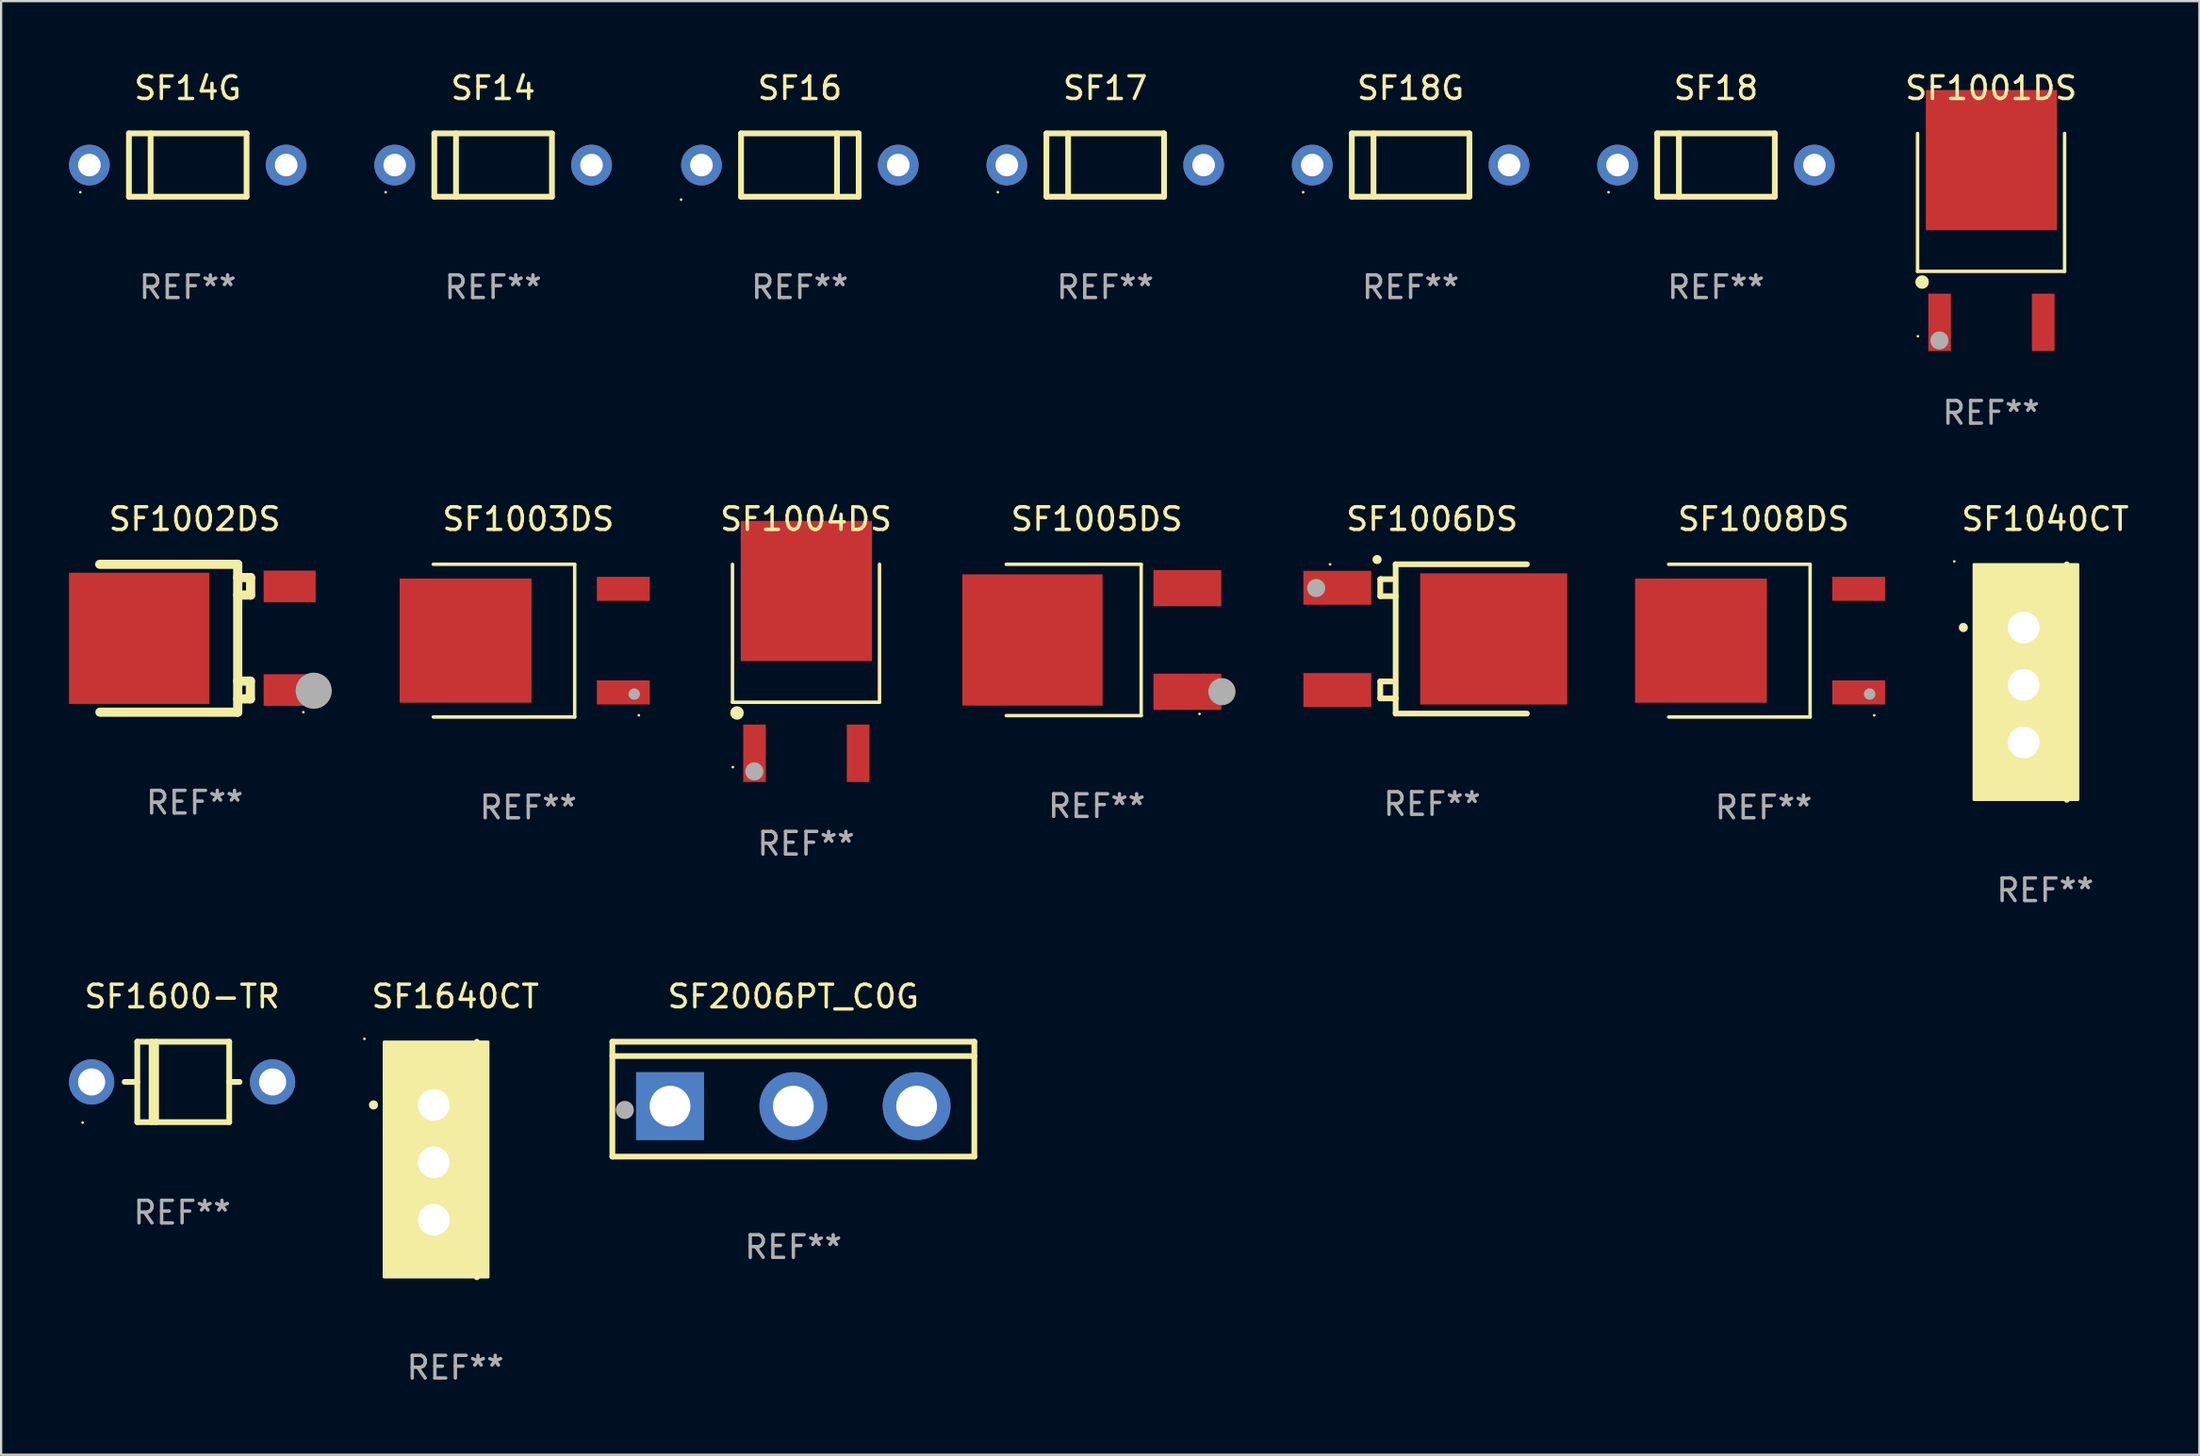
<source format=kicad_pcb>
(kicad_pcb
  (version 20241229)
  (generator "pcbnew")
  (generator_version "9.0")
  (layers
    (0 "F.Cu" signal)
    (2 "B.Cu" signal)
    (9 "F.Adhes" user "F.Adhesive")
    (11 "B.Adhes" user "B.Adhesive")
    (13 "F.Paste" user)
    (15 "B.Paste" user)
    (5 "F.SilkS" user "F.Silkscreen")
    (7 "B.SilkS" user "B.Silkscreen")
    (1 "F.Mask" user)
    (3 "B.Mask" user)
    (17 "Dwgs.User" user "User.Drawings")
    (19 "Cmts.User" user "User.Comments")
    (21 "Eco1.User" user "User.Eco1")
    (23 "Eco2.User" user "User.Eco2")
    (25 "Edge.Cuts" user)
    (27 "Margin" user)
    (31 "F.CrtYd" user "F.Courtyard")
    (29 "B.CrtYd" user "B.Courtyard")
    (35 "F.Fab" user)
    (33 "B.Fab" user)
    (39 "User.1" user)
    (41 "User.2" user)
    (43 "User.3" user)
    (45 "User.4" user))
  (footprint "SF1040CT"
    (layer "F.Cu")
    (at 87.364 27.108)
    (property "Reference" "SF1040CT" (at 0 -7.207 0) (layer "F.SilkS") (effects (font (size 1 1) (thickness 0.15))))
    (attr through_hole)
    (fp_line (start 0.953 5.207) (end 0.953 -5.207) (stroke (width 0.254) (type solid)) (layer "F.SilkS"))
    (fp_arc (start -3.619507 -2.410465) (mid -3.619511 -2.411735) (end -3.619507 -2.413005) (stroke (width 0.4) (type solid)) (layer "F.SilkS"))
    (fp_circle (center -4.02 -5.334) (end -3.99 -5.334) (stroke (width 0.06) (type solid)) (fill no) (layer "F.SilkS"))
    (fp_poly (pts (xy -3.152 -5.2) (xy 1.448 -5.2) (xy 1.448 5.2) (xy -3.152 5.2)) (stroke (width 0.12) (type solid)) (fill yes) (layer "F.SilkS"))
    (fp_text user "REF**" (at 0 9.207 0) (layer "F.Fab") (effects (font (size 1 1) (thickness 0.15))))
    (pad "1" thru_hole rect (at -0.953 -2.413 270) (size 2 2.5) (drill 1.4) (layers "*.Cu" "*.Mask"))
    (pad "2" thru_hole oval (at -0.953 0.127 270) (size 2 2.5) (drill 1.4) (layers "*.Cu" "*.Mask"))
    (pad "3" thru_hole oval (at -0.953 2.667 270) (size 2 2.5) (drill 1.4) (layers "*.Cu" "*.Mask")))
  (footprint "SF1004DS"
    (layer "F.Cu")
    (at 32.581 26.079)
    (property "Reference" "SF1004DS" (at 0 -6.178 0) (layer "F.SilkS") (effects (font (size 1 1) (thickness 0.15))))
    (attr through_hole)
    (fp_line (start -3.25 1.922) (end -3.25 -4.178) (stroke (width 0.152) (type solid)) (layer "F.SilkS"))
    (fp_line (start 3.25 -4.178) (end 3.25 1.922) (stroke (width 0.152) (type solid)) (layer "F.SilkS"))
    (fp_line (start 3.25 1.922) (end -3.25 1.922) (stroke (width 0.152) (type solid)) (layer "F.SilkS"))
    (fp_circle (center -3.235 4.79) (end -3.205 4.79) (stroke (width 0.06) (type solid)) (fill no) (layer "F.SilkS"))
    (fp_circle (center -3.05 2.396) (end -2.9 2.396) (stroke (width 0.3) (type solid)) (fill no) (layer "F.SilkS"))
    (fp_circle (center -2.285 4.978) (end -2.085 4.978) (stroke (width 0.4) (type solid)) (fill no) (layer "F.Fab"))
    (fp_text user "REF**" (at 0 8.178 0) (layer "F.Fab") (effects (font (size 1 1) (thickness 0.15))))
    (pad "1" smd rect (at -2.275 4.178) (size 1 2.54) (layers "F.Cu" "F.Mask" "F.Paste"))
    (pad "2" smd rect (at 0.015 -2.996) (size 5.8 6.2) (layers "F.Cu" "F.Mask" "F.Paste"))
    (pad "3" smd rect (at 2.305 4.178) (size 1 2.54) (layers "F.Cu" "F.Mask" "F.Paste")))
  (footprint "SF1001DS"
    (layer "F.Cu")
    (at 84.971 7.026)
    (property "Reference" "SF1001DS" (at 0 -6.178 0) (layer "F.SilkS") (effects (font (size 1 1) (thickness 0.15))))
    (attr through_hole)
    (fp_line (start -3.25 1.922) (end -3.25 -4.178) (stroke (width 0.152) (type solid)) (layer "F.SilkS"))
    (fp_line (start 3.25 -4.178) (end 3.25 1.922) (stroke (width 0.152) (type solid)) (layer "F.SilkS"))
    (fp_line (start 3.25 1.922) (end -3.25 1.922) (stroke (width 0.152) (type solid)) (layer "F.SilkS"))
    (fp_circle (center -3.235 4.79) (end -3.205 4.79) (stroke (width 0.06) (type solid)) (fill no) (layer "F.SilkS"))
    (fp_circle (center -3.05 2.396) (end -2.9 2.396) (stroke (width 0.3) (type solid)) (fill no) (layer "F.SilkS"))
    (fp_circle (center -2.285 4.978) (end -2.085 4.978) (stroke (width 0.4) (type solid)) (fill no) (layer "F.Fab"))
    (fp_text user "REF**" (at 0 8.178 0) (layer "F.Fab") (effects (font (size 1 1) (thickness 0.15))))
    (pad "1" smd rect (at -2.275 4.178) (size 1 2.54) (layers "F.Cu" "F.Mask" "F.Paste"))
    (pad "2" smd rect (at 0.015 -2.996) (size 5.8 6.2) (layers "F.Cu" "F.Mask" "F.Paste"))
    (pad "3" smd rect (at 2.305 4.178) (size 1 2.54) (layers "F.Cu" "F.Mask" "F.Paste")))
  (footprint "SF1005DS"
    (layer "F.Cu")
    (at 45.436 25.247)
    (property "Reference" "SF1005DS" (at 0 -5.346 0) (layer "F.SilkS") (effects (font (size 1 1) (thickness 0.15))))
    (attr through_hole)
    (fp_line (start -4.004 -3.346) (end 1.963 -3.346) (stroke (width 0.152) (type solid)) (layer "F.SilkS"))
    (fp_line (start -4.004 3.346) (end 1.963 3.346) (stroke (width 0.152) (type solid)) (layer "F.SilkS"))
    (fp_line (start 1.963 3.346) (end 1.963 -3.346) (stroke (width 0.152) (type solid)) (layer "F.SilkS"))
    (fp_circle (center 4.542 3.27) (end 4.572 3.27) (stroke (width 0.06) (type solid)) (fill no) (layer "F.SilkS"))
    (fp_circle (center 5.533 2.286) (end 5.833 2.286) (stroke (width 0.6) (type solid)) (fill no) (layer "F.Fab"))
    (fp_text user "REF**" (at 0 7.346 0) (layer "F.Fab") (effects (font (size 1 1) (thickness 0.15))))
    (pad "1" smd rect (at 4.004 2.29) (size 3 1.6) (layers "F.Cu" "F.Mask" "F.Paste"))
    (pad "2" smd rect (at -2.844 0) (size 6.2 5.8) (layers "F.Cu" "F.Mask" "F.Paste"))
    (pad "3" smd rect (at 4.004 -2.29) (size 3 1.6) (layers "F.Cu" "F.Mask" "F.Paste")))
  (footprint "SF17"
    (layer "F.Cu")
    (at 45.81 4.248)
    (property "Reference" "SF17" (at 0 -3.4 0) (layer "F.SilkS") (effects (font (size 1 1) (thickness 0.15))))
    (attr through_hole)
    (fp_line (start -2.6 -1.4) (end -2.6 1.4) (stroke (width 0.254) (type solid)) (layer "F.SilkS"))
    (fp_line (start -2.6 -1.4) (end 2.6 -1.4) (stroke (width 0.254) (type solid)) (layer "F.SilkS"))
    (fp_line (start -2.6 1.4) (end 2.6 1.4) (stroke (width 0.254) (type solid)) (layer "F.SilkS"))
    (fp_line (start -1.641 -1.4) (end -1.641 1.4) (stroke (width 0.254) (type solid)) (layer "F.SilkS"))
    (fp_line (start 2.6 -1.4) (end 2.6 1.4) (stroke (width 0.254) (type solid)) (layer "F.SilkS"))
    (fp_circle (center -4.75 1.2) (end -4.72 1.2) (stroke (width 0.06) (type solid)) (fill no) (layer "F.SilkS"))
    (fp_text user "REF**" (at 0 5.4 0) (layer "F.Fab") (effects (font (size 1 1) (thickness 0.15))))
    (pad "1" thru_hole circle (at -4.35 0) (size 1.8 1.8) (drill 1) (layers "*.Cu" "*.Mask"))
    (pad "2" thru_hole circle (at 4.35 0) (size 1.8 1.8) (drill 1) (layers "*.Cu" "*.Mask")))
  (footprint "SF1002DS"
    (layer "F.Cu")
    (at 5.557 25.171)
    (property "Reference" "SF1002DS" (at 0 -5.27 0) (layer "F.SilkS") (effects (font (size 1 1) (thickness 0.15))))
    (attr through_hole)
    (fp_line (start -4.198 -3.27) (end 1.902 -3.27) (stroke (width 0.405) (type solid)) (layer "F.SilkS"))
    (fp_line (start 1.902 -3.27) (end 1.902 3.27) (stroke (width 0.405) (type solid)) (layer "F.SilkS"))
    (fp_line (start 1.902 -2.684) (end 2.472 -2.684) (stroke (width 0.405) (type solid)) (layer "F.SilkS"))
    (fp_line (start 1.902 1.895) (end 2.462 1.895) (stroke (width 0.405) (type solid)) (layer "F.SilkS"))
    (fp_line (start 1.902 3.27) (end -4.188 3.27) (stroke (width 0.405) (type solid)) (layer "F.SilkS"))
    (fp_line (start 2.462 1.895) (end 2.462 2.68) (stroke (width 0.405) (type solid)) (layer "F.SilkS"))
    (fp_line (start 2.462 2.68) (end 1.902 2.68) (stroke (width 0.405) (type solid)) (layer "F.SilkS"))
    (fp_line (start 2.472 -2.684) (end 2.472 -1.91) (stroke (width 0.405) (type solid)) (layer "F.SilkS"))
    (fp_line (start 2.472 -1.91) (end 1.902 -1.91) (stroke (width 0.405) (type solid)) (layer "F.SilkS"))
    (fp_circle (center 4.803 3.27) (end 4.833 3.27) (stroke (width 0.06) (type solid)) (fill no) (layer "F.SilkS"))
    (fp_circle (center 5.262 2.32) (end 5.662 2.32) (stroke (width 0.8) (type solid)) (fill no) (layer "F.Fab"))
    (fp_text user "REF**" (at 0 7.27 0) (layer "F.Fab") (effects (font (size 1 1) (thickness 0.15))))
    (pad "1" smd rect (at 4.198 2.29) (size 2.3 1.4) (layers "F.Cu" "F.Mask" "F.Paste"))
    (pad "2" smd rect (at -2.457 0.004) (size 6.2 5.8) (layers "F.Cu" "F.Mask" "F.Paste"))
    (pad "3" smd rect (at 4.198 -2.29) (size 2.3 1.4) (layers "F.Cu" "F.Mask" "F.Paste")))
  (footprint "SF14"
    (layer "F.Cu")
    (at 18.75 4.248)
    (property "Reference" "SF14" (at 0 -3.4 0) (layer "F.SilkS") (effects (font (size 1 1) (thickness 0.15))))
    (attr through_hole)
    (fp_line (start -2.6 -1.4) (end -2.6 1.4) (stroke (width 0.254) (type solid)) (layer "F.SilkS"))
    (fp_line (start -2.6 -1.4) (end 2.6 -1.4) (stroke (width 0.254) (type solid)) (layer "F.SilkS"))
    (fp_line (start -2.6 1.4) (end 2.6 1.4) (stroke (width 0.254) (type solid)) (layer "F.SilkS"))
    (fp_line (start -1.641 -1.4) (end -1.641 1.4) (stroke (width 0.254) (type solid)) (layer "F.SilkS"))
    (fp_line (start 2.6 -1.4) (end 2.6 1.4) (stroke (width 0.254) (type solid)) (layer "F.SilkS"))
    (fp_circle (center -4.75 1.2) (end -4.72 1.2) (stroke (width 0.06) (type solid)) (fill no) (layer "F.SilkS"))
    (fp_text user "REF**" (at 0 5.4 0) (layer "F.Fab") (effects (font (size 1 1) (thickness 0.15))))
    (pad "1" thru_hole circle (at -4.35 0) (size 1.8 1.8) (drill 1) (layers "*.Cu" "*.Mask"))
    (pad "2" thru_hole circle (at 4.35 0) (size 1.8 1.8) (drill 1) (layers "*.Cu" "*.Mask")))
  (footprint "SF1640CT"
    (layer "F.Cu")
    (at 17.08 48.218)
    (property "Reference" "SF1640CT" (at 0 -7.207 0) (layer "F.SilkS") (effects (font (size 1 1) (thickness 0.15))))
    (attr through_hole)
    (fp_line (start 0.953 5.207) (end 0.953 -5.207) (stroke (width 0.254) (type solid)) (layer "F.SilkS"))
    (fp_arc (start -3.619507 -2.410465) (mid -3.619511 -2.411735) (end -3.619507 -2.413005) (stroke (width 0.4) (type solid)) (layer "F.SilkS"))
    (fp_circle (center -4.02 -5.334) (end -3.99 -5.334) (stroke (width 0.06) (type solid)) (fill no) (layer "F.SilkS"))
    (fp_poly (pts (xy -3.152 -5.2) (xy 1.448 -5.2) (xy 1.448 5.2) (xy -3.152 5.2)) (stroke (width 0.12) (type solid)) (fill yes) (layer "F.SilkS"))
    (fp_text user "REF**" (at 0 9.207 0) (layer "F.Fab") (effects (font (size 1 1) (thickness 0.15))))
    (pad "1" thru_hole rect (at -0.953 -2.413 270) (size 2 2.5) (drill 1.4) (layers "*.Cu" "*.Mask"))
    (pad "2" thru_hole oval (at -0.953 0.127 270) (size 2 2.5) (drill 1.4) (layers "*.Cu" "*.Mask"))
    (pad "3" thru_hole oval (at -0.953 2.667 270) (size 2 2.5) (drill 1.4) (layers "*.Cu" "*.Mask")))
  (footprint "SF1003DS"
    (layer "F.Cu")
    (at 20.303 25.277)
    (property "Reference" "SF1003DS" (at 0 -5.376 0) (layer "F.SilkS") (effects (font (size 1 1) (thickness 0.15))))
    (attr through_hole)
    (fp_line (start -4.2 -3.376) (end 2.053 -3.376) (stroke (width 0.152) (type solid)) (layer "F.SilkS"))
    (fp_line (start -4.2 3.376) (end 2.053 3.376) (stroke (width 0.152) (type solid)) (layer "F.SilkS"))
    (fp_line (start 2.053 3.376) (end 2.053 -3.376) (stroke (width 0.152) (type solid)) (layer "F.SilkS"))
    (fp_circle (center 4.889 3.3) (end 4.919 3.3) (stroke (width 0.06) (type solid)) (fill no) (layer "F.SilkS"))
    (fp_circle (center 4.686 2.362) (end 4.813 2.362) (stroke (width 0.254) (type solid)) (fill no) (layer "F.Fab"))
    (fp_text user "REF**" (at 0 7.376 0) (layer "F.Fab") (effects (font (size 1 1) (thickness 0.15))))
    (pad "1" smd rect (at 4.2 2.29) (size 2.336 1.064) (layers "F.Cu" "F.Mask" "F.Paste"))
    (pad "3" smd rect (at 4.2 -2.29) (size 2.336 1.064) (layers "F.Cu" "F.Mask" "F.Paste"))
    (pad "4" smd rect (at -2.771 0) (size 5.826 5.491) (layers "F.Cu" "F.Mask" "F.Paste")))
  (footprint "SF14G"
    (layer "F.Cu")
    (at 5.25 4.248)
    (property "Reference" "SF14G" (at 0 -3.4 0) (layer "F.SilkS") (effects (font (size 1 1) (thickness 0.15))))
    (attr through_hole)
    (fp_line (start -2.6 -1.4) (end -2.6 1.4) (stroke (width 0.254) (type solid)) (layer "F.SilkS"))
    (fp_line (start -2.6 -1.4) (end 2.6 -1.4) (stroke (width 0.254) (type solid)) (layer "F.SilkS"))
    (fp_line (start -2.6 1.4) (end 2.6 1.4) (stroke (width 0.254) (type solid)) (layer "F.SilkS"))
    (fp_line (start -1.641 -1.4) (end -1.641 1.4) (stroke (width 0.254) (type solid)) (layer "F.SilkS"))
    (fp_line (start 2.6 -1.4) (end 2.6 1.4) (stroke (width 0.254) (type solid)) (layer "F.SilkS"))
    (fp_circle (center -4.75 1.2) (end -4.72 1.2) (stroke (width 0.06) (type solid)) (fill no) (layer "F.SilkS"))
    (fp_text user "REF**" (at 0 5.4 0) (layer "F.Fab") (effects (font (size 1 1) (thickness 0.15))))
    (pad "1" thru_hole circle (at -4.35 0) (size 1.8 1.8) (drill 1) (layers "*.Cu" "*.Mask"))
    (pad "2" thru_hole circle (at 4.35 0) (size 1.8 1.8) (drill 1) (layers "*.Cu" "*.Mask")))
  (footprint "SF1006DS"
    (layer "F.Cu")
    (at 60.259 25.201)
    (property "Reference" "SF1006DS" (at 0 -5.3 0) (layer "F.SilkS") (effects (font (size 1 1) (thickness 0.15))))
    (attr through_hole)
    (fp_line (start -2.29 -2.64) (end -2.29 -1.89) (stroke (width 0.254) (type solid)) (layer "F.SilkS"))
    (fp_line (start -2.29 -1.89) (end -1.61 -1.89) (stroke (width 0.254) (type solid)) (layer "F.SilkS"))
    (fp_line (start -2.29 1.88) (end -2.29 2.63) (stroke (width 0.254) (type solid)) (layer "F.SilkS"))
    (fp_line (start -2.29 2.63) (end -1.61 2.63) (stroke (width 0.254) (type solid)) (layer "F.SilkS"))
    (fp_line (start -2.25 -2.64) (end -2.29 -2.64) (stroke (width 0.254) (type solid)) (layer "F.SilkS"))
    (fp_line (start -2.25 1.88) (end -2.29 1.88) (stroke (width 0.254) (type solid)) (layer "F.SilkS"))
    (fp_line (start -1.79 -2.64) (end -2.25 -2.64) (stroke (width 0.254) (type solid)) (layer "F.SilkS"))
    (fp_line (start -1.79 1.88) (end -2.25 1.88) (stroke (width 0.254) (type solid)) (layer "F.SilkS"))
    (fp_line (start -1.61 -3.3) (end -1.61 3.3) (stroke (width 0.254) (type solid)) (layer "F.SilkS"))
    (fp_line (start -1.61 -1.89) (end -1.61 -1.909) (stroke (width 0.254) (type solid)) (layer "F.SilkS"))
    (fp_line (start -1.61 3.3) (end 4.19 3.3) (stroke (width 0.254) (type solid)) (layer "F.SilkS"))
    (fp_line (start -1.61 2.63) (end -1.61 2.611) (stroke (width 0.254) (type solid)) (layer "F.SilkS"))
    (fp_line (start 4.19 -3.3) (end -1.61 -3.3) (stroke (width 0.254) (type solid)) (layer "F.SilkS"))
    (fp_arc (start -2.432614 -3.510008) (mid -2.431344 -3.510012) (end -2.430074 -3.510008) (stroke (width 0.4) (type solid)) (layer "F.SilkS"))
    (fp_circle (center -4.51 -3.3) (end -4.48 -3.3) (stroke (width 0.06) (type solid)) (fill no) (layer "F.SilkS"))
    (fp_circle (center -5.123 -2.25) (end -4.923 -2.25) (stroke (width 0.4) (type solid)) (fill no) (layer "F.Fab"))
    (fp_text user "REF**" (at 0 7.3 0) (layer "F.Fab") (effects (font (size 1 1) (thickness 0.15))))
    (pad "1" smd rect (at -4.19 -2.26) (size 3 1.5) (layers "F.Cu" "F.Mask" "F.Paste"))
    (pad "2" smd rect (at 2.724 -0.000051) (size 6.5 5.8) (layers "F.Cu" "F.Mask" "F.Paste"))
    (pad "3" smd rect (at -4.19 2.26) (size 3 1.5) (layers "F.Cu" "F.Mask" "F.Paste")))
  (footprint "SF16"
    (layer "F.Cu")
    (at 32.31 4.248)
    (property "Reference" "SF16" (at 0 -3.4 0) (layer "F.SilkS") (effects (font (size 1 1) (thickness 0.15))))
    (attr through_hole)
    (fp_line (start -2.6 1.4) (end -2.6 -1.4) (stroke (width 0.254) (type solid)) (layer "F.SilkS"))
    (fp_line (start 1.641 1.4) (end 1.641 -1.4) (stroke (width 0.254) (type solid)) (layer "F.SilkS"))
    (fp_line (start 2.6 -1.4) (end -2.6 -1.4) (stroke (width 0.254) (type solid)) (layer "F.SilkS"))
    (fp_line (start 2.6 1.4) (end -2.6 1.4) (stroke (width 0.254) (type solid)) (layer "F.SilkS"))
    (fp_line (start 2.6 1.4) (end 2.6 -1.4) (stroke (width 0.254) (type solid)) (layer "F.SilkS"))
    (fp_circle (center -5.25 1.527) (end -5.22 1.527) (stroke (width 0.06) (type solid)) (fill no) (layer "F.SilkS"))
    (fp_text user "REF**" (at 0 5.4 0) (layer "F.Fab") (effects (font (size 1 1) (thickness 0.15))))
    (pad "1" thru_hole circle (at -4.35 0) (size 1.8 1.8) (drill 1) (layers "*.Cu" "*.Mask"))
    (pad "2" thru_hole circle (at 4.35 0) (size 1.8 1.8) (drill 1) (layers "*.Cu" "*.Mask")))
  (footprint "SF18"
    (layer "F.Cu")
    (at 72.81 4.248)
    (property "Reference" "SF18" (at 0 -3.4 0) (layer "F.SilkS") (effects (font (size 1 1) (thickness 0.15))))
    (attr through_hole)
    (fp_line (start -2.6 -1.4) (end -2.6 1.4) (stroke (width 0.254) (type solid)) (layer "F.SilkS"))
    (fp_line (start -2.6 -1.4) (end 2.6 -1.4) (stroke (width 0.254) (type solid)) (layer "F.SilkS"))
    (fp_line (start -2.6 1.4) (end 2.6 1.4) (stroke (width 0.254) (type solid)) (layer "F.SilkS"))
    (fp_line (start -1.641 -1.4) (end -1.641 1.4) (stroke (width 0.254) (type solid)) (layer "F.SilkS"))
    (fp_line (start 2.6 -1.4) (end 2.6 1.4) (stroke (width 0.254) (type solid)) (layer "F.SilkS"))
    (fp_circle (center -4.75 1.2) (end -4.72 1.2) (stroke (width 0.06) (type solid)) (fill no) (layer "F.SilkS"))
    (fp_text user "REF**" (at 0 5.4 0) (layer "F.Fab") (effects (font (size 1 1) (thickness 0.15))))
    (pad "1" thru_hole circle (at -4.35 0) (size 1.8 1.8) (drill 1) (layers "*.Cu" "*.Mask"))
    (pad "2" thru_hole circle (at 4.35 0) (size 1.8 1.8) (drill 1) (layers "*.Cu" "*.Mask")))
  (footprint "SF2006PT_C0G"
    (layer "F.Cu")
    (at 32.022 45.551)
    (property "Reference" "SF2006PT_C0G" (at 0 -4.54 0) (layer "F.SilkS") (effects (font (size 1 1) (thickness 0.15))))
    (attr through_hole)
    (fp_line (start -8.001 -2.54) (end -8.001 2.54) (stroke (width 0.254) (type solid)) (layer "F.SilkS"))
    (fp_line (start -8.001 -2.54) (end 8 -2.54) (stroke (width 0.254) (type solid)) (layer "F.SilkS"))
    (fp_line (start -8.001 -1.905) (end 8.001 -1.905) (stroke (width 0.254) (type solid)) (layer "F.SilkS"))
    (fp_line (start -8.001 2.54) (end 8.001 2.54) (stroke (width 0.254) (type solid)) (layer "F.SilkS"))
    (fp_line (start 8.001 2.54) (end 8.001 -2.54) (stroke (width 0.254) (type solid)) (layer "F.SilkS"))
    (fp_circle (center -7.881 2.528) (end -7.851 2.528) (stroke (width 0.06) (type solid)) (fill no) (layer "F.SilkS"))
    (fp_circle (center -7.451 0.478) (end -7.251 0.478) (stroke (width 0.4) (type solid)) (fill no) (layer "F.Fab"))
    (fp_text user "REF**" (at 0 6.54 0) (layer "F.Fab") (effects (font (size 1 1) (thickness 0.15))))
    (pad "1" thru_hole rect (at -5.451 0.308) (size 3 3) (drill 1.8) (layers "*.Cu" "*.Mask"))
    (pad "2" thru_hole circle (at -0.000495 0.308) (size 3 3) (drill 1.8) (layers "*.Cu" "*.Mask"))
    (pad "3" thru_hole circle (at 5.45 0.308) (size 3 3) (drill 1.8) (layers "*.Cu" "*.Mask")))
  (footprint "SF18G"
    (layer "F.Cu")
    (at 59.31 4.248)
    (property "Reference" "SF18G" (at 0 -3.4 0) (layer "F.SilkS") (effects (font (size 1 1) (thickness 0.15))))
    (attr through_hole)
    (fp_line (start -2.6 -1.4) (end -2.6 1.4) (stroke (width 0.254) (type solid)) (layer "F.SilkS"))
    (fp_line (start -2.6 -1.4) (end 2.6 -1.4) (stroke (width 0.254) (type solid)) (layer "F.SilkS"))
    (fp_line (start -2.6 1.4) (end 2.6 1.4) (stroke (width 0.254) (type solid)) (layer "F.SilkS"))
    (fp_line (start -1.641 -1.4) (end -1.641 1.4) (stroke (width 0.254) (type solid)) (layer "F.SilkS"))
    (fp_line (start 2.6 -1.4) (end 2.6 1.4) (stroke (width 0.254) (type solid)) (layer "F.SilkS"))
    (fp_circle (center -4.75 1.2) (end -4.72 1.2) (stroke (width 0.06) (type solid)) (fill no) (layer "F.SilkS"))
    (fp_text user "REF**" (at 0 5.4 0) (layer "F.Fab") (effects (font (size 1 1) (thickness 0.15))))
    (pad "1" thru_hole circle (at -4.35 0) (size 1.8 1.8) (drill 1) (layers "*.Cu" "*.Mask"))
    (pad "2" thru_hole circle (at 4.35 0) (size 1.8 1.8) (drill 1) (layers "*.Cu" "*.Mask")))
  (footprint "SF1600-TR"
    (layer "F.Cu")
    (at 5 44.789)
    (property "Reference" "SF1600-TR" (at 0 -3.778 0) (layer "F.SilkS") (effects (font (size 1 1) (thickness 0.15))))
    (attr through_hole)
    (fp_line (start -1.981 -1.778) (end -1.981 1.778) (stroke (width 0.254) (type solid)) (layer "F.SilkS"))
    (fp_line (start -1.981 0) (end -2.54 0) (stroke (width 0.254) (type solid)) (layer "F.SilkS"))
    (fp_line (start -1.981 1.778) (end 2.083 1.778) (stroke (width 0.254) (type solid)) (layer "F.SilkS"))
    (fp_line (start -1.349 1.778) (end -1.349 -1.778) (stroke (width 0.254) (type solid)) (layer "F.SilkS"))
    (fp_line (start -1.149 1.778) (end -1.149 -1.778) (stroke (width 0.254) (type solid)) (layer "F.SilkS"))
    (fp_line (start 2.083 -1.778) (end -1.981 -1.778) (stroke (width 0.254) (type solid)) (layer "F.SilkS"))
    (fp_line (start 2.083 1.778) (end 2.083 -1.778) (stroke (width 0.254) (type solid)) (layer "F.SilkS"))
    (fp_line (start 2.54 0) (end 2.083 0) (stroke (width 0.254) (type solid)) (layer "F.SilkS"))
    (fp_circle (center -4.4 1.8) (end -4.37 1.8) (stroke (width 0.06) (type solid)) (fill no) (layer "F.SilkS"))
    (fp_text user "REF**" (at 0 5.778 0) (layer "F.Fab") (effects (font (size 1 1) (thickness 0.15))))
    (pad "1" thru_hole circle (at -4 0) (size 2 2) (drill 1.2) (layers "*.Cu" "*.Mask"))
    (pad "2" thru_hole circle (at 4 0) (size 2 2) (drill 1.2) (layers "*.Cu" "*.Mask")))
  (footprint "SF1008DS"
    (layer "F.Cu")
    (at 74.917 25.277)
    (property "Reference" "SF1008DS" (at 0 -5.376 0) (layer "F.SilkS") (effects (font (size 1 1) (thickness 0.15))))
    (attr through_hole)
    (fp_line (start -4.2 -3.376) (end 2.053 -3.376) (stroke (width 0.152) (type solid)) (layer "F.SilkS"))
    (fp_line (start -4.2 3.376) (end 2.053 3.376) (stroke (width 0.152) (type solid)) (layer "F.SilkS"))
    (fp_line (start 2.053 3.376) (end 2.053 -3.376) (stroke (width 0.152) (type solid)) (layer "F.SilkS"))
    (fp_circle (center 4.889 3.3) (end 4.919 3.3) (stroke (width 0.06) (type solid)) (fill no) (layer "F.SilkS"))
    (fp_circle (center 4.686 2.362) (end 4.813 2.362) (stroke (width 0.254) (type solid)) (fill no) (layer "F.Fab"))
    (fp_text user "REF**" (at 0 7.376 0) (layer "F.Fab") (effects (font (size 1 1) (thickness 0.15))))
    (pad "1" smd rect (at 4.2 2.29) (size 2.336 1.064) (layers "F.Cu" "F.Mask" "F.Paste"))
    (pad "3" smd rect (at 4.2 -2.29) (size 2.336 1.064) (layers "F.Cu" "F.Mask" "F.Paste"))
    (pad "4" smd rect (at -2.771 0) (size 5.826 5.491) (layers "F.Cu" "F.Mask" "F.Paste")))
  (gr_rect
    (start -3 -3)
    (end 94.179 61.273)
    (stroke (width 0.1) (type default))
    (fill no)
    (layer "Edge.Cuts")))
</source>
